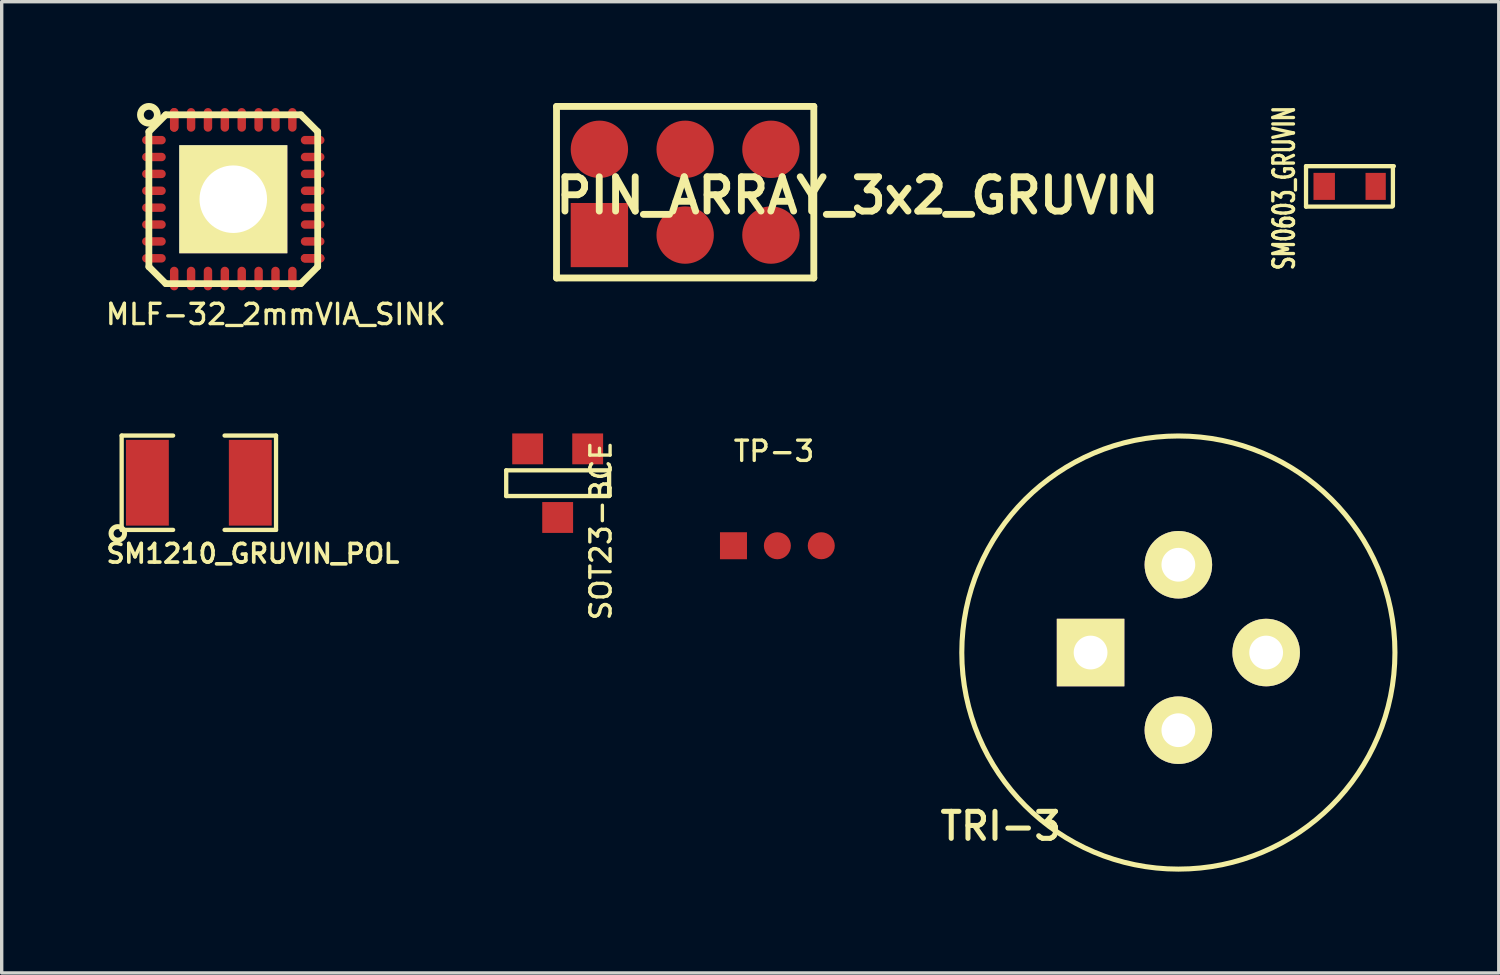
<source format=kicad_pcb>
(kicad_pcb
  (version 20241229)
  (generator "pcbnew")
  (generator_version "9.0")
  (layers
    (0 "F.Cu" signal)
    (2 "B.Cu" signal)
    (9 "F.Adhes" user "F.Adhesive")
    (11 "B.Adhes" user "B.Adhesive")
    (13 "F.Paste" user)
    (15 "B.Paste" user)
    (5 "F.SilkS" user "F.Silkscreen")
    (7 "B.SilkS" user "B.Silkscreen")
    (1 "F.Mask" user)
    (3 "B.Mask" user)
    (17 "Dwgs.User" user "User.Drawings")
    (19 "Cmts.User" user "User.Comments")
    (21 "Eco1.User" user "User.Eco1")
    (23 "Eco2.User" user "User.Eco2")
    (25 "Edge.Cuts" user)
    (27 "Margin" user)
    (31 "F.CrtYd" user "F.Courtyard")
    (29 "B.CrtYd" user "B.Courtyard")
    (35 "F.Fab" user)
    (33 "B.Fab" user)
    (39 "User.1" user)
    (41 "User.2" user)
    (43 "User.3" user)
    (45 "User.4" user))
  (footprint "MLF-32_2mmVIA_SINK"
    (layer "F.Cu")
    (at 3.859 2.85)
    (property "Reference" "MLF-32_2mmVIA_SINK" (at 1.26 3.41 0) (layer "F.SilkS") (effects (font (size 0.6 0.6) (thickness 0.1))))
    (attr through_hole)
    (fp_line (start -2.5 -2) (end -2 -2.5) (stroke (width 0.2) (type solid)) (layer "F.SilkS"))
    (fp_line (start -2.5 2) (end -2.5 -2) (stroke (width 0.2) (type solid)) (layer "F.SilkS"))
    (fp_line (start -2 -2.5) (end 2 -2.5) (stroke (width 0.2) (type solid)) (layer "F.SilkS"))
    (fp_line (start -2 2.5) (end -2.5 2) (stroke (width 0.2) (type solid)) (layer "F.SilkS"))
    (fp_line (start 2 -2.5) (end 2.5 -2) (stroke (width 0.2) (type solid)) (layer "F.SilkS"))
    (fp_line (start 2 2.5) (end -2 2.5) (stroke (width 0.2) (type solid)) (layer "F.SilkS"))
    (fp_line (start 2.5 -2) (end 2.5 2) (stroke (width 0.2) (type solid)) (layer "F.SilkS"))
    (fp_line (start 2.5 2) (end 2 2.5) (stroke (width 0.2) (type solid)) (layer "F.SilkS"))
    (fp_circle (center -2.5 -2.5) (end -2.5 -2.25) (stroke (width 0.2) (type solid)) (fill no) (layer "F.SilkS"))
    (pad "0" thru_hole rect (at 0 0) (size 3.2 3.2) (drill 2) (layers "*.Cu" "*.Mask" "F.SilkS"))
    (pad "1" smd oval (at -2.5 -1.75) (size 0.7 0.25) (drill (offset 0.15 0)) (layers "F.Cu" "F.Mask" "F.Paste"))
    (pad "2" smd oval (at -2.5 -1.25) (size 0.7 0.25) (drill (offset 0.15 0)) (layers "F.Cu" "F.Mask" "F.Paste"))
    (pad "3" smd oval (at -2.5 -0.75) (size 0.7 0.25) (drill (offset 0.15 0)) (layers "F.Cu" "F.Mask" "F.Paste"))
    (pad "4" smd oval (at -2.5 -0.25) (size 0.7 0.25) (drill (offset 0.15 0)) (layers "F.Cu" "F.Mask" "F.Paste"))
    (pad "5" smd oval (at -2.5 0.25) (size 0.7 0.25) (drill (offset 0.15 0)) (layers "F.Cu" "F.Mask" "F.Paste"))
    (pad "6" smd oval (at -2.5 0.75) (size 0.7 0.25) (drill (offset 0.15 0)) (layers "F.Cu" "F.Mask" "F.Paste"))
    (pad "7" smd oval (at -2.5 1.25) (size 0.7 0.25) (drill (offset 0.15 0)) (layers "F.Cu" "F.Mask" "F.Paste"))
    (pad "8" smd oval (at -2.5 1.75) (size 0.7 0.25) (drill (offset 0.15 0)) (layers "F.Cu" "F.Mask" "F.Paste"))
    (pad "9" smd oval (at -1.75 2.5) (size 0.25 0.7) (drill (offset 0 -0.15)) (layers "F.Cu" "F.Mask" "F.Paste"))
    (pad "10" smd oval (at -1.25 2.5) (size 0.25 0.7) (drill (offset 0 -0.15)) (layers "F.Cu" "F.Mask" "F.Paste"))
    (pad "11" smd oval (at -0.75 2.5) (size 0.25 0.7) (drill (offset 0 -0.15)) (layers "F.Cu" "F.Mask" "F.Paste"))
    (pad "12" smd oval (at -0.25 2.5) (size 0.25 0.7) (drill (offset 0 -0.15)) (layers "F.Cu" "F.Mask" "F.Paste"))
    (pad "13" smd oval (at 0.25 2.5) (size 0.25 0.7) (drill (offset 0 -0.15)) (layers "F.Cu" "F.Mask" "F.Paste"))
    (pad "14" smd oval (at 0.75 2.5) (size 0.25 0.7) (drill (offset 0 -0.15)) (layers "F.Cu" "F.Mask" "F.Paste"))
    (pad "15" smd oval (at 1.25 2.5) (size 0.25 0.7) (drill (offset 0 -0.15)) (layers "F.Cu" "F.Mask" "F.Paste"))
    (pad "16" smd oval (at 1.75 2.5) (size 0.25 0.7) (drill (offset 0 -0.15)) (layers "F.Cu" "F.Mask" "F.Paste"))
    (pad "17" smd oval (at 2.5 1.75) (size 0.7 0.25) (drill (offset -0.15 0)) (layers "F.Cu" "F.Mask" "F.Paste"))
    (pad "17" smd oval (at 2.5 1.75) (size 0.7 0.25) (drill (offset -0.15 0)) (layers "F.Cu" "F.Mask" "F.Paste"))
    (pad "18" smd oval (at 2.5 1.25) (size 0.7 0.25) (drill (offset -0.15 0)) (layers "F.Cu" "F.Mask" "F.Paste"))
    (pad "19" smd oval (at 2.5 0.75) (size 0.7 0.25) (drill (offset -0.15 0)) (layers "F.Cu" "F.Mask" "F.Paste"))
    (pad "20" smd oval (at 2.5 0.25) (size 0.7 0.25) (drill (offset -0.15 0)) (layers "F.Cu" "F.Mask" "F.Paste"))
    (pad "21" smd oval (at 2.5 -0.25) (size 0.7 0.25) (drill (offset -0.15 0)) (layers "F.Cu" "F.Mask" "F.Paste"))
    (pad "22" smd oval (at 2.5 -0.75) (size 0.7 0.25) (drill (offset -0.15 0)) (layers "F.Cu" "F.Mask" "F.Paste"))
    (pad "23" smd oval (at 2.5 -1.25) (size 0.7 0.25) (drill (offset -0.15 0)) (layers "F.Cu" "F.Mask" "F.Paste"))
    (pad "24" smd oval (at 2.5 -1.75) (size 0.7 0.25) (drill (offset -0.15 0)) (layers "F.Cu" "F.Mask" "F.Paste"))
    (pad "25" smd oval (at 1.75 -2.5) (size 0.25 0.7) (drill (offset 0 0.15)) (layers "F.Cu" "F.Mask" "F.Paste"))
    (pad "26" smd oval (at 1.25 -2.5) (size 0.25 0.7) (drill (offset 0 0.15)) (layers "F.Cu" "F.Mask" "F.Paste"))
    (pad "27" smd oval (at 0.75 -2.5) (size 0.25 0.7) (drill (offset 0 0.15)) (layers "F.Cu" "F.Mask" "F.Paste"))
    (pad "28" smd oval (at 0.25 -2.5) (size 0.25 0.7) (drill (offset 0 0.15)) (layers "F.Cu" "F.Mask" "F.Paste"))
    (pad "29" smd oval (at -0.25 -2.5) (size 0.25 0.7) (drill (offset 0 0.15)) (layers "F.Cu" "F.Mask" "F.Paste"))
    (pad "30" smd oval (at -0.75 -2.5) (size 0.25 0.7) (drill (offset 0 0.15)) (layers "F.Cu" "F.Mask" "F.Paste"))
    (pad "31" smd oval (at -1.25 -2.5) (size 0.25 0.7) (drill (offset 0 0.15)) (layers "F.Cu" "F.Mask" "F.Paste"))
    (pad "32" smd oval (at -1.75 -2.5) (size 0.25 0.7) (drill (offset 0 0.15)) (layers "F.Cu" "F.Mask" "F.Paste"))
    (pad "32" smd oval (at -1.75 -2.5) (size 0.25 0.7) (drill (offset 0 0.15)) (layers "F.Cu" "F.Mask" "F.Paste")))
  (footprint "TP-3"
    (layer "F.Cu")
    (at 19.973 13.113)
    (property "Reference" "TP-3" (at -0.1 -2.8 0) (layer "F.SilkS") (effects (font (size 0.6 0.6) (thickness 0.1))))
    (attr through_hole)
    (pad "1" smd rect (at -1.3 0) (size 0.8 0.8) (layers "F.Cu" "F.Mask" "F.Paste"))
    (pad "2" smd circle (at 0 0) (size 0.8 0.8) (layers "F.Cu" "F.Mask" "F.Paste"))
    (pad "3" smd circle (at 1.3 0) (size 0.8 0.8) (layers "F.Cu" "F.Mask" "F.Paste")))
  (footprint "SM1210_GRUVIN_POL"
    (layer "F.Cu")
    (at 2.839 11.247)
    (property "Reference" "SM1210_GRUVIN_POL" (at 1.6 2.1 0) (layer "F.SilkS") (effects (font (size 0.551 0.551) (thickness 0.109))))
    (attr smd)
    (fp_line (start -2.286 -1.397) (end -2.286 1.397) (stroke (width 0.127) (type solid)) (layer "F.SilkS"))
    (fp_line (start -2.286 1.397) (end -0.762 1.397) (stroke (width 0.127) (type solid)) (layer "F.SilkS"))
    (fp_line (start -0.762 -1.397) (end -2.286 -1.397) (stroke (width 0.127) (type solid)) (layer "F.SilkS"))
    (fp_line (start 0.762 1.397) (end 2.286 1.397) (stroke (width 0.127) (type solid)) (layer "F.SilkS"))
    (fp_line (start 2.286 -1.397) (end 0.762 -1.397) (stroke (width 0.127) (type solid)) (layer "F.SilkS"))
    (fp_line (start 2.286 1.397) (end 2.286 -1.397) (stroke (width 0.127) (type solid)) (layer "F.SilkS"))
    (fp_circle (center -2.4 1.5) (end -2.2 1.5) (stroke (width 0.15) (type solid)) (fill no) (layer "F.SilkS"))
    (pad "1" smd rect (at -1.524 0) (size 1.27 2.54) (layers "F.Cu" "F.Mask" "F.Paste"))
    (pad "2" smd rect (at 1.524 0) (size 1.27 2.54) (layers "F.Cu" "F.Mask" "F.Paste")))
  (footprint "SM0603_GRUVIN"
    (layer "F.Cu")
    (at 36.93 2.47)
    (property "Reference" "SM0603_GRUVIN" (at -1.95 0.05 90) (layer "F.SilkS") (effects (font (size 0.612 0.399) (thickness 0.099))))
    (attr smd)
    (fp_line (start -1.3 -0.599) (end -1.3 0.599) (stroke (width 0.127) (type solid)) (layer "F.SilkS"))
    (fp_line (start -1.3 0.599) (end 1.25 0.599) (stroke (width 0.127) (type solid)) (layer "F.SilkS"))
    (fp_line (start 1.273 -0.589) (end 1.273 0.579) (stroke (width 0.127) (type solid)) (layer "F.SilkS"))
    (fp_line (start 1.3 -0.599) (end -1.3 -0.599) (stroke (width 0.127) (type solid)) (layer "F.SilkS"))
    (pad "1" smd rect (at -0.762 0) (size 0.635 0.8) (layers "F.Cu" "F.Mask" "F.Paste"))
    (pad "2" smd rect (at 0.762 0) (size 0.6 0.8) (layers "F.Cu" "F.Mask" "F.Paste")))
  (footprint "TRI-3"
    (layer "F.Cu")
    (at 31.849 16.276)
    (property "Reference" "TRI-3" (at -5.26 5.14 0) (layer "F.SilkS") (effects (font (size 0.8 0.8) (thickness 0.15))))
    (attr smd)
    (fp_circle (center 0 0) (end 5.5 3.3) (stroke (width 0.15) (type solid)) (fill no) (layer "F.SilkS"))
    (pad "1" thru_hole rect (at -2.6 0) (size 2 2) (drill 1) (layers "*.Cu" "*.Mask" "F.SilkS"))
    (pad "2" thru_hole circle (at 2.6 0) (size 2 2) (drill 1) (layers "*.Cu" "*.Mask" "F.SilkS"))
    (pad "3" thru_hole circle (at 0 -2.6) (size 2 2) (drill 1) (layers "*.Cu" "*.Mask" "F.SilkS"))
    (pad "3" thru_hole circle (at 0 2.3) (size 2 2) (drill 1) (layers "*.Cu" "*.Mask" "F.SilkS")))
  (footprint "SOT23-BCE"
    (layer "F.Cu")
    (at 13.466 11.26)
    (property "Reference" "SOT23-BCE" (at 1.28 1.41 90) (layer "F.SilkS") (effects (font (size 0.6 0.6) (thickness 0.1))))
    (attr smd)
    (fp_line (start -1.524 -0.381) (end 1.524 -0.381) (stroke (width 0.127) (type solid)) (layer "F.SilkS"))
    (fp_line (start -1.524 0.381) (end -1.524 -0.381) (stroke (width 0.127) (type solid)) (layer "F.SilkS"))
    (fp_line (start 1.524 -0.381) (end 1.524 0.381) (stroke (width 0.127) (type solid)) (layer "F.SilkS"))
    (fp_line (start 1.524 0.381) (end -1.524 0.381) (stroke (width 0.127) (type solid)) (layer "F.SilkS"))
    (pad "1" smd rect (at 0.889 -1.016) (size 0.914 0.914) (layers "F.Cu" "F.Mask" "F.Paste"))
    (pad "2" smd rect (at -0.889 -1.016) (size 0.914 0.914) (layers "F.Cu" "F.Mask" "F.Paste"))
    (pad "3" smd rect (at 0 1.016) (size 0.914 0.914) (layers "F.Cu" "F.Mask" "F.Paste")))
  (footprint "PIN_ARRAY_3x2_GRUVIN"
    (layer "F.Cu")
    (at 17.242 2.642)
    (property "Reference" "PIN_ARRAY_3x2_GRUVIN" (at 5.1 0.1 0) (layer "F.SilkS") (effects (font (size 1.016 1.016) (thickness 0.203))))
    (attr through_hole)
    (fp_line (start -3.81 -2.54) (end 3.81 -2.54) (stroke (width 0.203) (type solid)) (layer "F.SilkS"))
    (fp_line (start -3.81 2.54) (end -3.81 -2.54) (stroke (width 0.203) (type solid)) (layer "F.SilkS"))
    (fp_line (start 3.81 -2.54) (end 3.81 2.54) (stroke (width 0.203) (type solid)) (layer "F.SilkS"))
    (fp_line (start 3.81 2.54) (end -3.81 2.54) (stroke (width 0.203) (type solid)) (layer "F.SilkS"))
    (pad "1" smd rect (at -2.54 1.27) (size 1.699 1.9) (layers "F.Cu" "F.Mask" "F.Paste"))
    (pad "2" smd circle (at -2.54 -1.27) (size 1.699 1.699) (layers "F.Cu" "F.Mask" "F.Paste"))
    (pad "3" smd circle (at 0 1.27) (size 1.699 1.699) (layers "F.Cu" "F.Mask" "F.Paste"))
    (pad "4" smd circle (at 0 -1.27) (size 1.699 1.699) (layers "F.Cu" "F.Mask" "F.Paste"))
    (pad "5" smd circle (at 2.54 1.27) (size 1.699 1.699) (layers "F.Cu" "F.Mask" "F.Paste"))
    (pad "6" smd circle (at 2.54 -1.27) (size 1.699 1.699) (layers "F.Cu" "F.Mask" "F.Paste")))
  (gr_rect
    (start -3 -3)
    (end 41.338 25.765)
    (stroke (width 0.1) (type default))
    (fill no)
    (layer "Edge.Cuts")))
</source>
